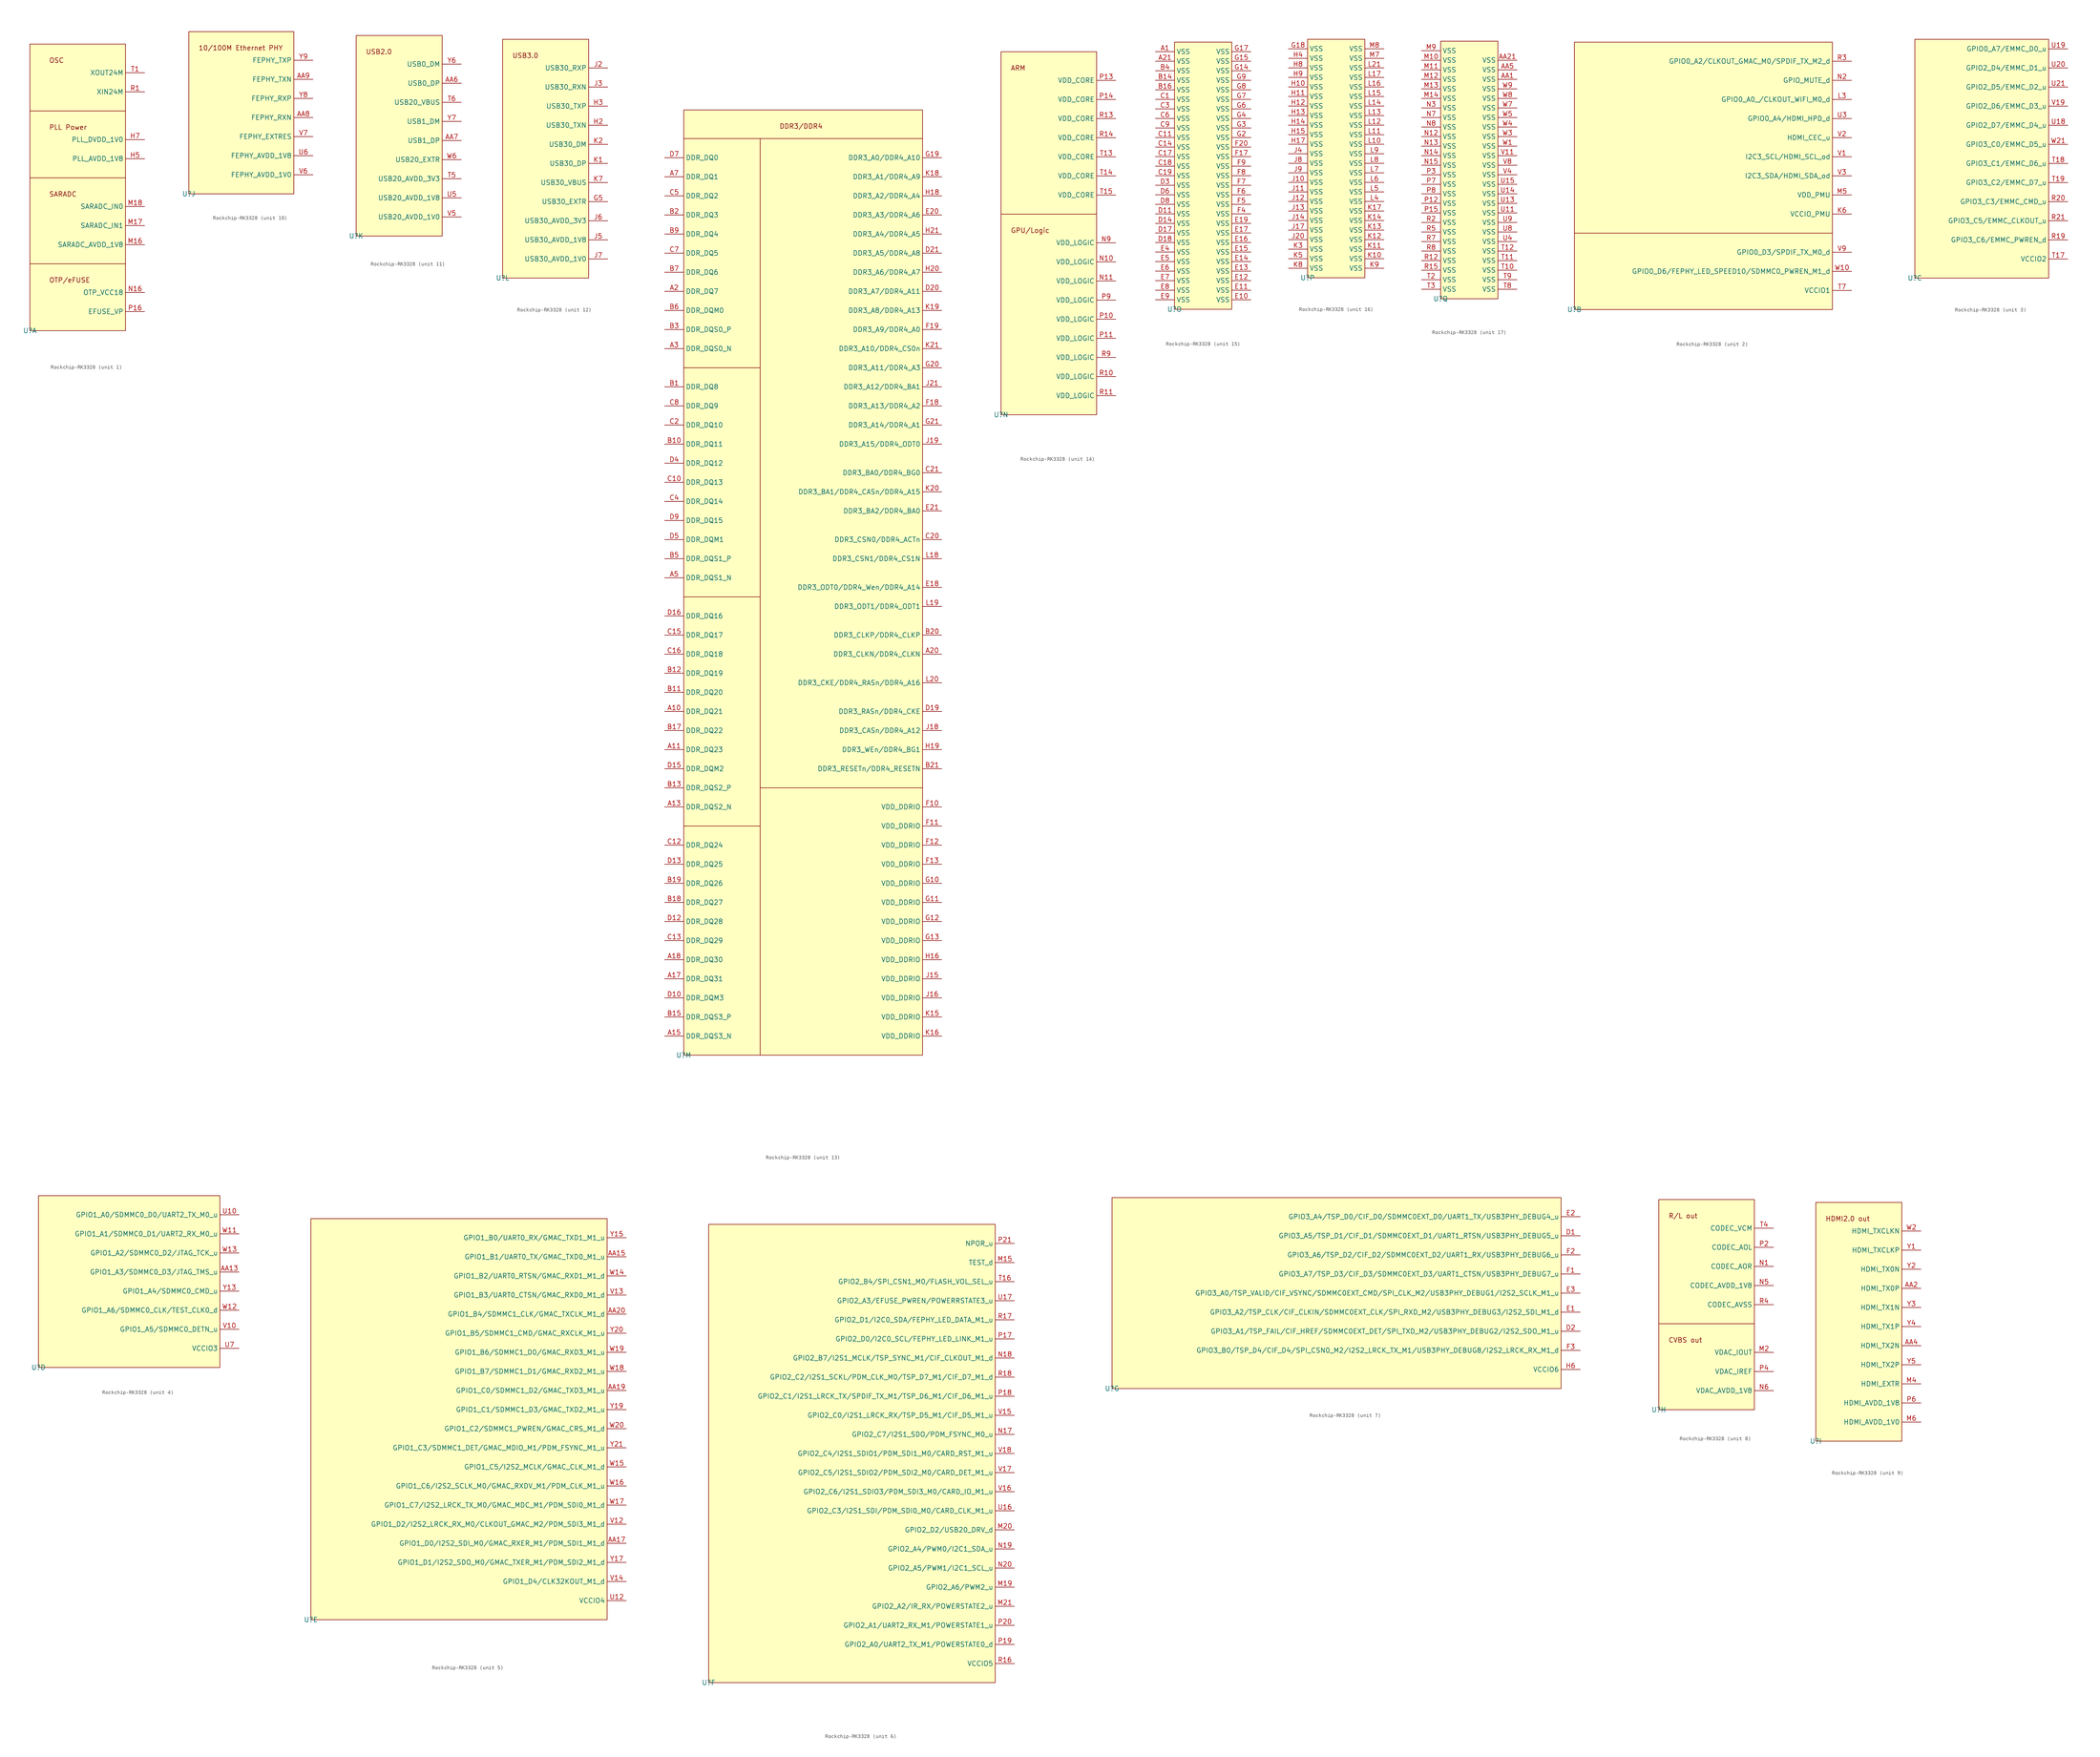
<source format=kicad_sym>
(kicad_symbol_lib
  (version 20241209)
  (generator "kicad_symbol_editor")
  (generator_version "9.0")
  (symbol "Rockchip-RK3328"
    (property "Reference" "U"
      (at 0 0 0)
      (effects (font (size 1.27 1.27))))
    (property "Value" ""
      (at 0 0 0)
      (effects (font (size 1.27 1.27))))
    (symbol "Rockchip-RK3328_1_0"
      (rectangle (start 0 76.2) (end 25.4 0) (stroke (width 0) (type default)) (fill (type background)))
      (polyline (pts (xy 25.4 58.42) (xy 15.24 58.42) (xy 0 58.42)) (stroke (width 0) (type default)) (fill (type none)))
      (polyline (pts (xy 25.4 40.64) (xy 0 40.64)) (stroke (width 0) (type default)) (fill (type none)))
      (polyline (pts (xy 25.4 17.78) (xy 0 17.78)) (stroke (width 0) (type default)) (fill (type none)))
      (text "OSC" (at 5.08 71.12 0) (effects (font (size 1.27 1.27)) (justify left bottom)))
      (text "PLL Power" (at 5.08 53.34 0) (effects (font (size 1.27 1.27)) (justify left bottom)))
      (text "SARADC" (at 5.08 35.56 0) (effects (font (size 1.27 1.27)) (justify left bottom)))
      (text "OTP/eFUSE" (at 5.08 12.7 0) (effects (font (size 1.27 1.27)) (justify left bottom)))
      (pin passive line (at 30.48 68.58 180) (length 5.08) (name "XOUT24M" (effects (font (size 1.27 1.27)))) (number "T1" (effects (font (size 1.27 1.27)))))
      (pin passive line (at 30.48 63.5 180) (length 5.08) (name "XIN24M" (effects (font (size 1.27 1.27)))) (number "R1" (effects (font (size 1.27 1.27)))))
      (pin passive line (at 30.48 50.8 180) (length 5.08) (name "PLL_DVDD_1V0" (effects (font (size 1.27 1.27)))) (number "H7" (effects (font (size 1.27 1.27)))))
      (pin passive line (at 30.48 45.72 180) (length 5.08) (name "PLL_AVDD_1V8" (effects (font (size 1.27 1.27)))) (number "H5" (effects (font (size 1.27 1.27)))))
      (pin passive line (at 30.48 33.02 180) (length 5.08) (name "SARADC_IN0" (effects (font (size 1.27 1.27)))) (number "M18" (effects (font (size 1.27 1.27)))))
      (pin passive line (at 30.48 27.94 180) (length 5.08) (name "SARADC_IN1" (effects (font (size 1.27 1.27)))) (number "M17" (effects (font (size 1.27 1.27)))))
      (pin passive line (at 30.48 22.86 180) (length 5.08) (name "SARADC_AVDD_1V8" (effects (font (size 1.27 1.27)))) (number "M16" (effects (font (size 1.27 1.27)))))
      (pin passive line (at 30.48 10.16 180) (length 5.08) (name "OTP_VCC18" (effects (font (size 1.27 1.27)))) (number "N16" (effects (font (size 1.27 1.27)))))
      (pin passive line (at 30.48 5.08 180) (length 5.08) (name "EFUSE_VP" (effects (font (size 1.27 1.27)))) (number "P16" (effects (font (size 1.27 1.27))))))
    (symbol "Rockchip-RK3328_2_0"
      (rectangle (start 0 71.12) (end 68.58 0) (stroke (width 0) (type default)) (fill (type background)))
      (polyline (pts (xy 68.58 20.32) (xy 0 20.32)) (stroke (width 0) (type default)) (fill (type none)))
      (pin passive line (at 73.66 66.04 180) (length 5.08) (name "GPIO0_A2/CLKOUT_GMAC_M0/SPDIF_TX_M2_d" (effects (font (size 1.27 1.27)))) (number "R3" (effects (font (size 1.27 1.27)))))
      (pin passive line (at 73.66 60.96 180) (length 5.08) (name "GPIO_MUTE_d" (effects (font (size 1.27 1.27)))) (number "N2" (effects (font (size 1.27 1.27)))))
      (pin passive line (at 73.66 55.88 180) (length 5.08) (name "GPIO0_A0_/CLKOUT_WIFI_M0_d" (effects (font (size 1.27 1.27)))) (number "L3" (effects (font (size 1.27 1.27)))))
      (pin passive line (at 73.66 50.8 180) (length 5.08) (name "GPIO0_A4/HDMI_HPD_d" (effects (font (size 1.27 1.27)))) (number "U3" (effects (font (size 1.27 1.27)))))
      (pin passive line (at 73.66 45.72 180) (length 5.08) (name "HDMI_CEC_u" (effects (font (size 1.27 1.27)))) (number "V2" (effects (font (size 1.27 1.27)))))
      (pin passive line (at 73.66 40.64 180) (length 5.08) (name "I2C3_SCL/HDMI_SCL_od" (effects (font (size 1.27 1.27)))) (number "V1" (effects (font (size 1.27 1.27)))))
      (pin passive line (at 73.66 35.56 180) (length 5.08) (name "I2C3_SDA/HDMI_SDA_od" (effects (font (size 1.27 1.27)))) (number "V3" (effects (font (size 1.27 1.27)))))
      (pin passive line (at 73.66 30.48 180) (length 5.08) (name "VDD_PMU" (effects (font (size 1.27 1.27)))) (number "M5" (effects (font (size 1.27 1.27)))))
      (pin passive line (at 73.66 25.4 180) (length 5.08) (name "VCCIO_PMU" (effects (font (size 1.27 1.27)))) (number "K6" (effects (font (size 1.27 1.27)))))
      (pin passive line (at 73.66 15.24 180) (length 5.08) (name "GPIO0_D3/SPDIF_TX_M0_d" (effects (font (size 1.27 1.27)))) (number "V9" (effects (font (size 1.27 1.27)))))
      (pin passive line (at 73.66 10.16 180) (length 5.08) (name "GPIO0_D6/FEPHY_LED_SPEED10/SDMMC0_PWREN_M1_d" (effects (font (size 1.27 1.27)))) (number "W10" (effects (font (size 1.27 1.27)))))
      (pin passive line (at 73.66 5.08 180) (length 5.08) (name "VCCIO1" (effects (font (size 1.27 1.27)))) (number "T7" (effects (font (size 1.27 1.27))))))
    (symbol "Rockchip-RK3328_3_0"
      (rectangle (start 0 63.5) (end 35.56 0) (stroke (width 0) (type default)) (fill (type background)))
      (pin passive line (at 40.64 60.96 180) (length 5.08) (name "GPIO0_A7/EMMC_D0_u" (effects (font (size 1.27 1.27)))) (number "U19" (effects (font (size 1.27 1.27)))))
      (pin passive line (at 40.64 55.88 180) (length 5.08) (name "GPIO2_D4/EMMC_D1_u" (effects (font (size 1.27 1.27)))) (number "U20" (effects (font (size 1.27 1.27)))))
      (pin passive line (at 40.64 50.8 180) (length 5.08) (name "GPIO2_D5/EMMC_D2_u" (effects (font (size 1.27 1.27)))) (number "U21" (effects (font (size 1.27 1.27)))))
      (pin passive line (at 40.64 45.72 180) (length 5.08) (name "GPIO2_D6/EMMC_D3_u" (effects (font (size 1.27 1.27)))) (number "V19" (effects (font (size 1.27 1.27)))))
      (pin passive line (at 40.64 40.64 180) (length 5.08) (name "GPIO2_D7/EMMC_D4_u" (effects (font (size 1.27 1.27)))) (number "U18" (effects (font (size 1.27 1.27)))))
      (pin passive line (at 40.64 35.56 180) (length 5.08) (name "GPIO3_C0/EMMC_D5_u" (effects (font (size 1.27 1.27)))) (number "W21" (effects (font (size 1.27 1.27)))))
      (pin passive line (at 40.64 30.48 180) (length 5.08) (name "GPIO3_C1/EMMC_D6_u" (effects (font (size 1.27 1.27)))) (number "T18" (effects (font (size 1.27 1.27)))))
      (pin passive line (at 40.64 25.4 180) (length 5.08) (name "GPIO3_C2/EMMC_D7_u" (effects (font (size 1.27 1.27)))) (number "T19" (effects (font (size 1.27 1.27)))))
      (pin passive line (at 40.64 20.32 180) (length 5.08) (name "GPIO3_C3/EMMC_CMD_u" (effects (font (size 1.27 1.27)))) (number "R20" (effects (font (size 1.27 1.27)))))
      (pin passive line (at 40.64 15.24 180) (length 5.08) (name "GPIO3_C5/EMMC_CLKOUT_u" (effects (font (size 1.27 1.27)))) (number "R21" (effects (font (size 1.27 1.27)))))
      (pin passive line (at 40.64 10.16 180) (length 5.08) (name "GPIO3_C6/EMMC_PWREN_d" (effects (font (size 1.27 1.27)))) (number "R19" (effects (font (size 1.27 1.27)))))
      (pin passive line (at 40.64 5.08 180) (length 5.08) (name "VCCIO2" (effects (font (size 1.27 1.27)))) (number "T17" (effects (font (size 1.27 1.27))))))
    (symbol "Rockchip-RK3328_4_0"
      (rectangle (start 0 45.72) (end 48.26 0) (stroke (width 0) (type default)) (fill (type background)))
      (pin passive line (at 53.34 40.64 180) (length 5.08) (name "GPIO1_A0/SDMMC0_D0/UART2_TX_M0_u" (effects (font (size 1.27 1.27)))) (number "U10" (effects (font (size 1.27 1.27)))))
      (pin passive line (at 53.34 35.56 180) (length 5.08) (name "GPIO1_A1/SDMMC0_D1/UART2_RX_M0_u" (effects (font (size 1.27 1.27)))) (number "W11" (effects (font (size 1.27 1.27)))))
      (pin passive line (at 53.34 30.48 180) (length 5.08) (name "GPIO1_A2/SDMMC0_D2/JTAG_TCK_u" (effects (font (size 1.27 1.27)))) (number "W13" (effects (font (size 1.27 1.27)))))
      (pin passive line (at 53.34 25.4 180) (length 5.08) (name "GPIO1_A3/SDMMC0_D3/JTAG_TMS_u" (effects (font (size 1.27 1.27)))) (number "AA13" (effects (font (size 1.27 1.27)))))
      (pin passive line (at 53.34 20.32 180) (length 5.08) (name "GPIO1_A4/SDMMC0_CMD_u" (effects (font (size 1.27 1.27)))) (number "Y13" (effects (font (size 1.27 1.27)))))
      (pin passive line (at 53.34 15.24 180) (length 5.08) (name "GPIO1_A6/SDMMC0_CLK/TEST_CLK0_d" (effects (font (size 1.27 1.27)))) (number "W12" (effects (font (size 1.27 1.27)))))
      (pin passive line (at 53.34 10.16 180) (length 5.08) (name "GPIO1_A5/SDMMC0_DETN_u" (effects (font (size 1.27 1.27)))) (number "V10" (effects (font (size 1.27 1.27)))))
      (pin passive line (at 53.34 5.08 180) (length 5.08) (name "VCCIO3" (effects (font (size 1.27 1.27)))) (number "U7" (effects (font (size 1.27 1.27))))))
    (symbol "Rockchip-RK3328_5_0"
      (rectangle (start 0 106.68) (end 78.74 0) (stroke (width 0) (type default)) (fill (type background)))
      (pin passive line (at 83.82 101.6 180) (length 5.08) (name "GPIO1_B0/UART0_RX/GMAC_TXD1_M1_u" (effects (font (size 1.27 1.27)))) (number "Y15" (effects (font (size 1.27 1.27)))))
      (pin passive line (at 83.82 96.52 180) (length 5.08) (name "GPIO1_B1/UART0_TX/GMAC_TXD0_M1_u" (effects (font (size 1.27 1.27)))) (number "AA15" (effects (font (size 1.27 1.27)))))
      (pin passive line (at 83.82 91.44 180) (length 5.08) (name "GPIO1_B2/UART0_RTSN/GMAC_RXD1_M1_d" (effects (font (size 1.27 1.27)))) (number "W14" (effects (font (size 1.27 1.27)))))
      (pin passive line (at 83.82 86.36 180) (length 5.08) (name "GPIO1_B3/UART0_CTSN/GMAC_RXD0_M1_d" (effects (font (size 1.27 1.27)))) (number "V13" (effects (font (size 1.27 1.27)))))
      (pin passive line (at 83.82 81.28 180) (length 5.08) (name "GPIO1_B4/SDMMC1_CLK/GMAC_TXCLK_M1_d" (effects (font (size 1.27 1.27)))) (number "AA20" (effects (font (size 1.27 1.27)))))
      (pin passive line (at 83.82 76.2 180) (length 5.08) (name "GPIO1_B5/SDMMC1_CMD/GMAC_RXCLK_M1_u" (effects (font (size 1.27 1.27)))) (number "Y20" (effects (font (size 1.27 1.27)))))
      (pin passive line (at 83.82 71.12 180) (length 5.08) (name "GPIO1_B6/SDMMC1_D0/GMAC_RXD3_M1_u" (effects (font (size 1.27 1.27)))) (number "W19" (effects (font (size 1.27 1.27)))))
      (pin passive line (at 83.82 66.04 180) (length 5.08) (name "GPIO1_B7/SDMMC1_D1/GMAC_RXD2_M1_u" (effects (font (size 1.27 1.27)))) (number "W18" (effects (font (size 1.27 1.27)))))
      (pin passive line (at 83.82 60.96 180) (length 5.08) (name "GPIO1_C0/SDMMC1_D2/GMAC_TXD3_M1_u" (effects (font (size 1.27 1.27)))) (number "AA19" (effects (font (size 1.27 1.27)))))
      (pin passive line (at 83.82 55.88 180) (length 5.08) (name "GPIO1_C1/SDMMC1_D3/GMAC_TXD2_M1_u" (effects (font (size 1.27 1.27)))) (number "Y19" (effects (font (size 1.27 1.27)))))
      (pin passive line (at 83.82 50.8 180) (length 5.08) (name "GPIO1_C2/SDMMC1_PWREN/GMAC_CRS_M1_d" (effects (font (size 1.27 1.27)))) (number "W20" (effects (font (size 1.27 1.27)))))
      (pin passive line (at 83.82 45.72 180) (length 5.08) (name "GPIO1_C3/SDMMC1_DET/GMAC_MDIO_M1/PDM_FSYNC_M1_u" (effects (font (size 1.27 1.27)))) (number "Y21" (effects (font (size 1.27 1.27)))))
      (pin passive line (at 83.82 40.64 180) (length 5.08) (name "GPIO1_C5/I2S2_MCLK/GMAC_CLK_M1_d" (effects (font (size 1.27 1.27)))) (number "W15" (effects (font (size 1.27 1.27)))))
      (pin passive line (at 83.82 35.56 180) (length 5.08) (name "GPIO1_C6/I2S2_SCLK_M0/GMAC_RXDV_M1/PDM_CLK_M1_u" (effects (font (size 1.27 1.27)))) (number "W16" (effects (font (size 1.27 1.27)))))
      (pin passive line (at 83.82 30.48 180) (length 5.08) (name "GPIO1_C7/I2S2_LRCK_TX_M0/GMAC_MDC_M1/PDM_SDI0_M1_d" (effects (font (size 1.27 1.27)))) (number "W17" (effects (font (size 1.27 1.27)))))
      (pin passive line (at 83.82 25.4 180) (length 5.08) (name "GPIO1_D2/I2S2_LRCK_RX_M0/CLKOUT_GMAC_M2/PDM_SDI3_M1_d" (effects (font (size 1.27 1.27)))) (number "V12" (effects (font (size 1.27 1.27)))))
      (pin passive line (at 83.82 20.32 180) (length 5.08) (name "GPIO1_D0/I2S2_SDI_M0/GMAC_RXER_M1/PDM_SDI1_M1_d" (effects (font (size 1.27 1.27)))) (number "AA17" (effects (font (size 1.27 1.27)))))
      (pin passive line (at 83.82 15.24 180) (length 5.08) (name "GPIO1_D1/I2S2_SDO_M0/GMAC_TXER_M1/PDM_SDI2_M1_d" (effects (font (size 1.27 1.27)))) (number "Y17" (effects (font (size 1.27 1.27)))))
      (pin passive line (at 83.82 10.16 180) (length 5.08) (name "GPIO1_D4/CLK32KOUT_M1_d" (effects (font (size 1.27 1.27)))) (number "V14" (effects (font (size 1.27 1.27)))))
      (pin passive line (at 83.82 5.08 180) (length 5.08) (name "VCCIO4" (effects (font (size 1.27 1.27)))) (number "U12" (effects (font (size 1.27 1.27))))))
    (symbol "Rockchip-RK3328_6_0"
      (rectangle (start 0 121.92) (end 76.2 0) (stroke (width 0) (type default)) (fill (type background)))
      (pin passive line (at 81.28 116.84 180) (length 5.08) (name "NPOR_u" (effects (font (size 1.27 1.27)))) (number "P21" (effects (font (size 1.27 1.27)))))
      (pin passive line (at 81.28 111.76 180) (length 5.08) (name "TEST_d" (effects (font (size 1.27 1.27)))) (number "M15" (effects (font (size 1.27 1.27)))))
      (pin passive line (at 81.28 106.68 180) (length 5.08) (name "GPIO2_B4/SPI_CSN1_M0/FLASH_VOL_SEL_u" (effects (font (size 1.27 1.27)))) (number "T16" (effects (font (size 1.27 1.27)))))
      (pin passive line (at 81.28 101.6 180) (length 5.08) (name "GPIO2_A3/EFUSE_PWREN/POWERRSTATE3_u" (effects (font (size 1.27 1.27)))) (number "U17" (effects (font (size 1.27 1.27)))))
      (pin passive line (at 81.28 96.52 180) (length 5.08) (name "GPIO2_D1/I2C0_SDA/FEPHY_LED_DATA_M1_u" (effects (font (size 1.27 1.27)))) (number "R17" (effects (font (size 1.27 1.27)))))
      (pin passive line (at 81.28 91.44 180) (length 5.08) (name "GPIO2_D0/I2C0_SCL/FEPHY_LED_LINK_M1_u" (effects (font (size 1.27 1.27)))) (number "P17" (effects (font (size 1.27 1.27)))))
      (pin passive line (at 81.28 86.36 180) (length 5.08) (name "GPIO2_B7/I2S1_MCLK/TSP_SYNC_M1/CIF_CLKOUT_M1_d" (effects (font (size 1.27 1.27)))) (number "N18" (effects (font (size 1.27 1.27)))))
      (pin passive line (at 81.28 81.28 180) (length 5.08) (name "GPIO2_C2/I2S1_SCKL/PDM_CLK_M0/TSP_D7_M1/CIF_D7_M1_d" (effects (font (size 1.27 1.27)))) (number "R18" (effects (font (size 1.27 1.27)))))
      (pin passive line (at 81.28 76.2 180) (length 5.08) (name "GPIO2_C1/I2S1_LRCK_TX/SPDIF_TX_M1/TSP_D6_M1/CIF_D6_M1_u" (effects (font (size 1.27 1.27)))) (number "P18" (effects (font (size 1.27 1.27)))))
      (pin passive line (at 81.28 71.12 180) (length 5.08) (name "GPIO2_C0/I2S1_LRCK_RX/TSP_D5_M1/CIF_D5_M1_u" (effects (font (size 1.27 1.27)))) (number "V15" (effects (font (size 1.27 1.27)))))
      (pin passive line (at 81.28 66.04 180) (length 5.08) (name "GPIO2_C7/I2S1_SDO/PDM_FSYNC_M0_u" (effects (font (size 1.27 1.27)))) (number "N17" (effects (font (size 1.27 1.27)))))
      (pin passive line (at 81.28 60.96 180) (length 5.08) (name "GPIO2_C4/I2S1_SDIO1/PDM_SDI1_M0/CARD_RST_M1_u" (effects (font (size 1.27 1.27)))) (number "V18" (effects (font (size 1.27 1.27)))))
      (pin passive line (at 81.28 55.88 180) (length 5.08) (name "GPIO2_C5/I2S1_SDIO2/PDM_SDI2_M0/CARD_DET_M1_u" (effects (font (size 1.27 1.27)))) (number "V17" (effects (font (size 1.27 1.27)))))
      (pin passive line (at 81.28 50.8 180) (length 5.08) (name "GPIO2_C6/I2S1_SDIO3/PDM_SDI3_M0/CARD_IO_M1_u" (effects (font (size 1.27 1.27)))) (number "V16" (effects (font (size 1.27 1.27)))))
      (pin passive line (at 81.28 45.72 180) (length 5.08) (name "GPIO2_C3/I2S1_SDI/PDM_SDI0_M0/CARD_CLK_M1_u" (effects (font (size 1.27 1.27)))) (number "U16" (effects (font (size 1.27 1.27)))))
      (pin passive line (at 81.28 40.64 180) (length 5.08) (name "GPIO2_D2/USB20_DRV_d" (effects (font (size 1.27 1.27)))) (number "M20" (effects (font (size 1.27 1.27)))))
      (pin passive line (at 81.28 35.56 180) (length 5.08) (name "GPIO2_A4/PWM0/I2C1_SDA_u" (effects (font (size 1.27 1.27)))) (number "N19" (effects (font (size 1.27 1.27)))))
      (pin passive line (at 81.28 30.48 180) (length 5.08) (name "GPIO2_A5/PWM1/I2C1_SCL_u" (effects (font (size 1.27 1.27)))) (number "N20" (effects (font (size 1.27 1.27)))))
      (pin passive line (at 81.28 25.4 180) (length 5.08) (name "GPIO2_A6/PWM2_u" (effects (font (size 1.27 1.27)))) (number "M19" (effects (font (size 1.27 1.27)))))
      (pin passive line (at 81.28 20.32 180) (length 5.08) (name "GPIO2_A2/IR_RX/POWERSTATE2_u" (effects (font (size 1.27 1.27)))) (number "M21" (effects (font (size 1.27 1.27)))))
      (pin passive line (at 81.28 15.24 180) (length 5.08) (name "GPIO2_A1/UART2_RX_M1/POWERSTATE1_u" (effects (font (size 1.27 1.27)))) (number "P20" (effects (font (size 1.27 1.27)))))
      (pin passive line (at 81.28 10.16 180) (length 5.08) (name "GPIO2_A0/UART2_TX_M1/POWERSTATE0_d" (effects (font (size 1.27 1.27)))) (number "P19" (effects (font (size 1.27 1.27)))))
      (pin passive line (at 81.28 5.08 180) (length 5.08) (name "VCCIO5" (effects (font (size 1.27 1.27)))) (number "R16" (effects (font (size 1.27 1.27))))))
    (symbol "Rockchip-RK3328_7_0"
      (rectangle (start 0 50.8) (end 119.38 0) (stroke (width 0) (type default)) (fill (type background)))
      (pin passive line (at 124.46 45.72 180) (length 5.08) (name "GPIO3_A4/TSP_D0/CIF_D0/SDMMC0EXT_D0/UART1_TX/USB3PHY_DEBUG4_u" (effects (font (size 1.27 1.27)))) (number "E2" (effects (font (size 1.27 1.27)))))
      (pin passive line (at 124.46 40.64 180) (length 5.08) (name "GPIO3_A5/TSP_D1/CIF_D1/SDMMC0EXT_D1/UART1_RTSN/USB3PHY_DEBUG5_u" (effects (font (size 1.27 1.27)))) (number "D1" (effects (font (size 1.27 1.27)))))
      (pin passive line (at 124.46 35.56 180) (length 5.08) (name "GPIO3_A6/TSP_D2/CIF_D2/SDMMC0EXT_D2/UART1_RX/USB3PHY_DEBUG6_u" (effects (font (size 1.27 1.27)))) (number "F2" (effects (font (size 1.27 1.27)))))
      (pin passive line (at 124.46 30.48 180) (length 5.08) (name "GPIO3_A7/TSP_D3/CIF_D3/SDMMC0EXT_D3/UART1_CTSN/USB3PHY_DEBUG7_u" (effects (font (size 1.27 1.27)))) (number "F1" (effects (font (size 1.27 1.27)))))
      (pin passive line (at 124.46 25.4 180) (length 5.08) (name "GPIO3_A0/TSP_VALID/CIF_VSYNC/SDMMC0EXT_CMD/SPI_CLK_M2/USB3PHY_DEBUG1/I2S2_SCLK_M1_u" (effects (font (size 1.27 1.27)))) (number "E3" (effects (font (size 1.27 1.27)))))
      (pin passive line (at 124.46 20.32 180) (length 5.08) (name "GPIO3_A2/TSP_CLK/CIF_CLKIN/SDMMC0EXT_CLK/SPI_RXD_M2/USB3PHY_DEBUG3/I2S2_SDI_M1_d" (effects (font (size 1.27 1.27)))) (number "E1" (effects (font (size 1.27 1.27)))))
      (pin passive line (at 124.46 15.24 180) (length 5.08) (name "GPIO3_A1/TSP_FAIL/CIF_HREF/SDMMC0EXT_DET/SPI_TXD_M2/USB3PHY_DEBUG2/I2S2_SDO_M1_u" (effects (font (size 1.27 1.27)))) (number "D2" (effects (font (size 1.27 1.27)))))
      (pin passive line (at 124.46 10.16 180) (length 5.08) (name "GPIO3_B0/TSP_D4/CIF_D4/SPI_CSN0_M2/I2S2_LRCK_TX_M1/USB3PHY_DEBUG8/I2S2_LRCK_RX_M1_d" (effects (font (size 1.27 1.27)))) (number "F3" (effects (font (size 1.27 1.27)))))
      (pin passive line (at 124.46 5.08 180) (length 5.08) (name "VCCIO6" (effects (font (size 1.27 1.27)))) (number "H6" (effects (font (size 1.27 1.27))))))
    (symbol "Rockchip-RK3328_8_0"
      (rectangle (start 0 55.88) (end 25.4 0) (stroke (width 0) (type default)) (fill (type background)))
      (polyline (pts (xy 25.4 22.86) (xy 0 22.86)) (stroke (width 0) (type default)) (fill (type none)))
      (text "R/L out" (at 2.54 50.8 0) (effects (font (size 1.27 1.27)) (justify left bottom)))
      (text "CVBS out" (at 2.54 17.78 0) (effects (font (size 1.27 1.27)) (justify left bottom)))
      (pin passive line (at 30.48 48.26 180) (length 5.08) (name "CODEC_VCM" (effects (font (size 1.27 1.27)))) (number "T4" (effects (font (size 1.27 1.27)))))
      (pin passive line (at 30.48 43.18 180) (length 5.08) (name "CODEC_AOL" (effects (font (size 1.27 1.27)))) (number "P2" (effects (font (size 1.27 1.27)))))
      (pin passive line (at 30.48 38.1 180) (length 5.08) (name "CODEC_AOR" (effects (font (size 1.27 1.27)))) (number "N1" (effects (font (size 1.27 1.27)))))
      (pin passive line (at 30.48 33.02 180) (length 5.08) (name "CODEC_AVDD_1V8" (effects (font (size 1.27 1.27)))) (number "N5" (effects (font (size 1.27 1.27)))))
      (pin passive line (at 30.48 27.94 180) (length 5.08) (name "CODEC_AVSS" (effects (font (size 1.27 1.27)))) (number "R4" (effects (font (size 1.27 1.27)))))
      (pin passive line (at 30.48 15.24 180) (length 5.08) (name "VDAC_IOUT" (effects (font (size 1.27 1.27)))) (number "M2" (effects (font (size 1.27 1.27)))))
      (pin passive line (at 30.48 10.16 180) (length 5.08) (name "VDAC_IREF" (effects (font (size 1.27 1.27)))) (number "P4" (effects (font (size 1.27 1.27)))))
      (pin passive line (at 30.48 5.08 180) (length 5.08) (name "VDAC_AVDD_1V8" (effects (font (size 1.27 1.27)))) (number "N6" (effects (font (size 1.27 1.27))))))
    (symbol "Rockchip-RK3328_9_0"
      (rectangle (start 0 63.5) (end 22.86 0) (stroke (width 0) (type default)) (fill (type background)))
      (text "HDMI2.0 out" (at 2.54 58.42 0) (effects (font (size 1.27 1.27)) (justify left bottom)))
      (pin passive line (at 27.94 55.88 180) (length 5.08) (name "HDMI_TXCLKN" (effects (font (size 1.27 1.27)))) (number "W2" (effects (font (size 1.27 1.27)))))
      (pin passive line (at 27.94 50.8 180) (length 5.08) (name "HDMI_TXCLKP" (effects (font (size 1.27 1.27)))) (number "Y1" (effects (font (size 1.27 1.27)))))
      (pin passive line (at 27.94 45.72 180) (length 5.08) (name "HDMI_TX0N" (effects (font (size 1.27 1.27)))) (number "Y2" (effects (font (size 1.27 1.27)))))
      (pin passive line (at 27.94 40.64 180) (length 5.08) (name "HDMI_TX0P" (effects (font (size 1.27 1.27)))) (number "AA2" (effects (font (size 1.27 1.27)))))
      (pin passive line (at 27.94 35.56 180) (length 5.08) (name "HDMI_TX1N" (effects (font (size 1.27 1.27)))) (number "Y3" (effects (font (size 1.27 1.27)))))
      (pin passive line (at 27.94 30.48 180) (length 5.08) (name "HDMI_TX1P" (effects (font (size 1.27 1.27)))) (number "Y4" (effects (font (size 1.27 1.27)))))
      (pin passive line (at 27.94 25.4 180) (length 5.08) (name "HDMI_TX2N" (effects (font (size 1.27 1.27)))) (number "AA4" (effects (font (size 1.27 1.27)))))
      (pin passive line (at 27.94 20.32 180) (length 5.08) (name "HDMI_TX2P" (effects (font (size 1.27 1.27)))) (number "Y5" (effects (font (size 1.27 1.27)))))
      (pin passive line (at 27.94 15.24 180) (length 5.08) (name "HDMI_EXTR" (effects (font (size 1.27 1.27)))) (number "M4" (effects (font (size 1.27 1.27)))))
      (pin passive line (at 27.94 10.16 180) (length 5.08) (name "HDMI_AVDD_1V8" (effects (font (size 1.27 1.27)))) (number "P6" (effects (font (size 1.27 1.27)))))
      (pin passive line (at 27.94 5.08 180) (length 5.08) (name "HDMI_AVDD_1V0" (effects (font (size 1.27 1.27)))) (number "M6" (effects (font (size 1.27 1.27))))))
    (symbol "Rockchip-RK3328_10_0"
      (rectangle (start 0 43.18) (end 27.94 0) (stroke (width 0) (type default)) (fill (type background)))
      (text "10/100M Ethernet PHY" (at 2.54 38.1 0) (effects (font (size 1.27 1.27)) (justify left bottom)))
      (pin passive line (at 33.02 35.56 180) (length 5.08) (name "FEPHY_TXP" (effects (font (size 1.27 1.27)))) (number "Y9" (effects (font (size 1.27 1.27)))))
      (pin passive line (at 33.02 30.48 180) (length 5.08) (name "FEPHY_TXN" (effects (font (size 1.27 1.27)))) (number "AA9" (effects (font (size 1.27 1.27)))))
      (pin passive line (at 33.02 25.4 180) (length 5.08) (name "FEPHY_RXP" (effects (font (size 1.27 1.27)))) (number "Y8" (effects (font (size 1.27 1.27)))))
      (pin passive line (at 33.02 20.32 180) (length 5.08) (name "FEPHY_RXN" (effects (font (size 1.27 1.27)))) (number "AA8" (effects (font (size 1.27 1.27)))))
      (pin passive line (at 33.02 15.24 180) (length 5.08) (name "FEPHY_EXTRES" (effects (font (size 1.27 1.27)))) (number "V7" (effects (font (size 1.27 1.27)))))
      (pin passive line (at 33.02 10.16 180) (length 5.08) (name "FEPHY_AVDD_1V8" (effects (font (size 1.27 1.27)))) (number "U6" (effects (font (size 1.27 1.27)))))
      (pin passive line (at 33.02 5.08 180) (length 5.08) (name "FEPHY_AVDD_1V0" (effects (font (size 1.27 1.27)))) (number "V6" (effects (font (size 1.27 1.27))))))
    (symbol "Rockchip-RK3328_11_0"
      (rectangle (start 0 53.34) (end 22.86 0) (stroke (width 0) (type default)) (fill (type background)))
      (text "USB2.0" (at 2.54 48.26 0) (effects (font (size 1.27 1.27)) (justify left bottom)))
      (pin passive line (at 27.94 45.72 180) (length 5.08) (name "USB0_DM" (effects (font (size 1.27 1.27)))) (number "Y6" (effects (font (size 1.27 1.27)))))
      (pin passive line (at 27.94 40.64 180) (length 5.08) (name "USB0_DP" (effects (font (size 1.27 1.27)))) (number "AA6" (effects (font (size 1.27 1.27)))))
      (pin passive line (at 27.94 35.56 180) (length 5.08) (name "USB20_VBUS" (effects (font (size 1.27 1.27)))) (number "T6" (effects (font (size 1.27 1.27)))))
      (pin passive line (at 27.94 30.48 180) (length 5.08) (name "USB1_DM" (effects (font (size 1.27 1.27)))) (number "Y7" (effects (font (size 1.27 1.27)))))
      (pin passive line (at 27.94 25.4 180) (length 5.08) (name "USB1_DP" (effects (font (size 1.27 1.27)))) (number "AA7" (effects (font (size 1.27 1.27)))))
      (pin passive line (at 27.94 20.32 180) (length 5.08) (name "USB20_EXTR" (effects (font (size 1.27 1.27)))) (number "W6" (effects (font (size 1.27 1.27)))))
      (pin passive line (at 27.94 15.24 180) (length 5.08) (name "USB20_AVDD_3V3" (effects (font (size 1.27 1.27)))) (number "T5" (effects (font (size 1.27 1.27)))))
      (pin passive line (at 27.94 10.16 180) (length 5.08) (name "USB20_AVDD_1V8" (effects (font (size 1.27 1.27)))) (number "U5" (effects (font (size 1.27 1.27)))))
      (pin passive line (at 27.94 5.08 180) (length 5.08) (name "USB20_AVDD_1V0" (effects (font (size 1.27 1.27)))) (number "V5" (effects (font (size 1.27 1.27))))))
    (symbol "Rockchip-RK3328_12_0"
      (rectangle (start 0 63.5) (end 22.86 0) (stroke (width 0) (type default)) (fill (type background)))
      (text "USB3.0" (at 2.54 58.42 0) (effects (font (size 1.27 1.27)) (justify left bottom)))
      (pin passive line (at 27.94 55.88 180) (length 5.08) (name "USB30_RXP" (effects (font (size 1.27 1.27)))) (number "J2" (effects (font (size 1.27 1.27)))))
      (pin passive line (at 27.94 50.8 180) (length 5.08) (name "USB30_RXN" (effects (font (size 1.27 1.27)))) (number "J3" (effects (font (size 1.27 1.27)))))
      (pin passive line (at 27.94 45.72 180) (length 5.08) (name "USB30_TXP" (effects (font (size 1.27 1.27)))) (number "H3" (effects (font (size 1.27 1.27)))))
      (pin passive line (at 27.94 40.64 180) (length 5.08) (name "USB30_TXN" (effects (font (size 1.27 1.27)))) (number "H2" (effects (font (size 1.27 1.27)))))
      (pin passive line (at 27.94 35.56 180) (length 5.08) (name "USB30_DM" (effects (font (size 1.27 1.27)))) (number "K2" (effects (font (size 1.27 1.27)))))
      (pin passive line (at 27.94 30.48 180) (length 5.08) (name "USB30_DP" (effects (font (size 1.27 1.27)))) (number "K1" (effects (font (size 1.27 1.27)))))
      (pin passive line (at 27.94 25.4 180) (length 5.08) (name "USB30_VBUS" (effects (font (size 1.27 1.27)))) (number "K7" (effects (font (size 1.27 1.27)))))
      (pin passive line (at 27.94 20.32 180) (length 5.08) (name "USB30_EXTR" (effects (font (size 1.27 1.27)))) (number "G5" (effects (font (size 1.27 1.27)))))
      (pin passive line (at 27.94 15.24 180) (length 5.08) (name "USB30_AVDD_3V3" (effects (font (size 1.27 1.27)))) (number "J6" (effects (font (size 1.27 1.27)))))
      (pin passive line (at 27.94 10.16 180) (length 5.08) (name "USB30_AVDD_1V8" (effects (font (size 1.27 1.27)))) (number "J5" (effects (font (size 1.27 1.27)))))
      (pin passive line (at 27.94 5.08 180) (length 5.08) (name "USB30_AVDD_1V0" (effects (font (size 1.27 1.27)))) (number "J7" (effects (font (size 1.27 1.27))))))
    (symbol "Rockchip-RK3328_13_0"
      (rectangle (start 0 251.46) (end 63.5 0) (stroke (width 0) (type default)) (fill (type background)))
      (polyline (pts (xy 0 243.84) (xy 63.5 243.84)) (stroke (width 0) (type default)) (fill (type none)))
      (polyline (pts (xy 0 182.88) (xy 20.32 182.88)) (stroke (width 0) (type default)) (fill (type none)))
      (polyline (pts (xy 0 121.92) (xy 20.32 121.92)) (stroke (width 0) (type default)) (fill (type none)))
      (polyline (pts (xy 0 60.96) (xy 20.32 60.96)) (stroke (width 0) (type default)) (fill (type none)))
      (polyline (pts (xy 20.32 243.84) (xy 20.32 0)) (stroke (width 0) (type default)) (fill (type none)))
      (polyline (pts (xy 63.5 71.12) (xy 20.32 71.12)) (stroke (width 0) (type default)) (fill (type none)))
      (text "DDR3/DDR4" (at 25.4 246.38 0) (effects (font (size 1.27 1.27)) (justify left bottom)))
      (pin passive line (at -5.08 238.76 0) (length 5.08) (name "DDR_DQ0" (effects (font (size 1.27 1.27)))) (number "D7" (effects (font (size 1.27 1.27)))))
      (pin passive line (at -5.08 233.68 0) (length 5.08) (name "DDR_DQ1" (effects (font (size 1.27 1.27)))) (number "A7" (effects (font (size 1.27 1.27)))))
      (pin passive line (at -5.08 228.6 0) (length 5.08) (name "DDR_DQ2" (effects (font (size 1.27 1.27)))) (number "C5" (effects (font (size 1.27 1.27)))))
      (pin passive line (at -5.08 223.52 0) (length 5.08) (name "DDR_DQ3" (effects (font (size 1.27 1.27)))) (number "B2" (effects (font (size 1.27 1.27)))))
      (pin passive line (at -5.08 218.44 0) (length 5.08) (name "DDR_DQ4" (effects (font (size 1.27 1.27)))) (number "B9" (effects (font (size 1.27 1.27)))))
      (pin passive line (at -5.08 213.36 0) (length 5.08) (name "DDR_DQ5" (effects (font (size 1.27 1.27)))) (number "C7" (effects (font (size 1.27 1.27)))))
      (pin passive line (at -5.08 208.28 0) (length 5.08) (name "DDR_DQ6" (effects (font (size 1.27 1.27)))) (number "B7" (effects (font (size 1.27 1.27)))))
      (pin passive line (at -5.08 203.2 0) (length 5.08) (name "DDR_DQ7" (effects (font (size 1.27 1.27)))) (number "A2" (effects (font (size 1.27 1.27)))))
      (pin passive line (at -5.08 198.12 0) (length 5.08) (name "DDR_DQM0" (effects (font (size 1.27 1.27)))) (number "B6" (effects (font (size 1.27 1.27)))))
      (pin passive line (at -5.08 193.04 0) (length 5.08) (name "DDR_DQS0_P" (effects (font (size 1.27 1.27)))) (number "B3" (effects (font (size 1.27 1.27)))))
      (pin passive line (at -5.08 187.96 0) (length 5.08) (name "DDR_DQS0_N" (effects (font (size 1.27 1.27)))) (number "A3" (effects (font (size 1.27 1.27)))))
      (pin passive line (at -5.08 177.8 0) (length 5.08) (name "DDR_DQ8" (effects (font (size 1.27 1.27)))) (number "B1" (effects (font (size 1.27 1.27)))))
      (pin passive line (at -5.08 172.72 0) (length 5.08) (name "DDR_DQ9" (effects (font (size 1.27 1.27)))) (number "C8" (effects (font (size 1.27 1.27)))))
      (pin passive line (at -5.08 167.64 0) (length 5.08) (name "DDR_DQ10" (effects (font (size 1.27 1.27)))) (number "C2" (effects (font (size 1.27 1.27)))))
      (pin passive line (at -5.08 162.56 0) (length 5.08) (name "DDR_DQ11" (effects (font (size 1.27 1.27)))) (number "B10" (effects (font (size 1.27 1.27)))))
      (pin passive line (at -5.08 157.48 0) (length 5.08) (name "DDR_DQ12" (effects (font (size 1.27 1.27)))) (number "D4" (effects (font (size 1.27 1.27)))))
      (pin passive line (at -5.08 152.4 0) (length 5.08) (name "DDR_DQ13" (effects (font (size 1.27 1.27)))) (number "C10" (effects (font (size 1.27 1.27)))))
      (pin passive line (at -5.08 147.32 0) (length 5.08) (name "DDR_DQ14" (effects (font (size 1.27 1.27)))) (number "C4" (effects (font (size 1.27 1.27)))))
      (pin passive line (at -5.08 142.24 0) (length 5.08) (name "DDR_DQ15" (effects (font (size 1.27 1.27)))) (number "D9" (effects (font (size 1.27 1.27)))))
      (pin passive line (at -5.08 137.16 0) (length 5.08) (name "DDR_DQM1" (effects (font (size 1.27 1.27)))) (number "D5" (effects (font (size 1.27 1.27)))))
      (pin passive line (at -5.08 132.08 0) (length 5.08) (name "DDR_DQS1_P" (effects (font (size 1.27 1.27)))) (number "B5" (effects (font (size 1.27 1.27)))))
      (pin passive line (at -5.08 127 0) (length 5.08) (name "DDR_DQS1_N" (effects (font (size 1.27 1.27)))) (number "A5" (effects (font (size 1.27 1.27)))))
      (pin passive line (at -5.08 116.84 0) (length 5.08) (name "DDR_DQ16" (effects (font (size 1.27 1.27)))) (number "D16" (effects (font (size 1.27 1.27)))))
      (pin passive line (at -5.08 111.76 0) (length 5.08) (name "DDR_DQ17" (effects (font (size 1.27 1.27)))) (number "C15" (effects (font (size 1.27 1.27)))))
      (pin passive line (at -5.08 106.68 0) (length 5.08) (name "DDR_DQ18" (effects (font (size 1.27 1.27)))) (number "C16" (effects (font (size 1.27 1.27)))))
      (pin passive line (at -5.08 101.6 0) (length 5.08) (name "DDR_DQ19" (effects (font (size 1.27 1.27)))) (number "B12" (effects (font (size 1.27 1.27)))))
      (pin passive line (at -5.08 96.52 0) (length 5.08) (name "DDR_DQ20" (effects (font (size 1.27 1.27)))) (number "B11" (effects (font (size 1.27 1.27)))))
      (pin passive line (at -5.08 91.44 0) (length 5.08) (name "DDR_DQ21" (effects (font (size 1.27 1.27)))) (number "A10" (effects (font (size 1.27 1.27)))))
      (pin passive line (at -5.08 86.36 0) (length 5.08) (name "DDR_DQ22" (effects (font (size 1.27 1.27)))) (number "B17" (effects (font (size 1.27 1.27)))))
      (pin passive line (at -5.08 81.28 0) (length 5.08) (name "DDR_DQ23" (effects (font (size 1.27 1.27)))) (number "A11" (effects (font (size 1.27 1.27)))))
      (pin passive line (at -5.08 76.2 0) (length 5.08) (name "DDR_DQM2" (effects (font (size 1.27 1.27)))) (number "D15" (effects (font (size 1.27 1.27)))))
      (pin passive line (at -5.08 71.12 0) (length 5.08) (name "DDR_DQS2_P" (effects (font (size 1.27 1.27)))) (number "B13" (effects (font (size 1.27 1.27)))))
      (pin passive line (at -5.08 66.04 0) (length 5.08) (name "DDR_DQS2_N" (effects (font (size 1.27 1.27)))) (number "A13" (effects (font (size 1.27 1.27)))))
      (pin passive line (at -5.08 55.88 0) (length 5.08) (name "DDR_DQ24" (effects (font (size 1.27 1.27)))) (number "C12" (effects (font (size 1.27 1.27)))))
      (pin passive line (at -5.08 50.8 0) (length 5.08) (name "DDR_DQ25" (effects (font (size 1.27 1.27)))) (number "D13" (effects (font (size 1.27 1.27)))))
      (pin passive line (at -5.08 45.72 0) (length 5.08) (name "DDR_DQ26" (effects (font (size 1.27 1.27)))) (number "B19" (effects (font (size 1.27 1.27)))))
      (pin passive line (at -5.08 40.64 0) (length 5.08) (name "DDR_DQ27" (effects (font (size 1.27 1.27)))) (number "B18" (effects (font (size 1.27 1.27)))))
      (pin passive line (at -5.08 35.56 0) (length 5.08) (name "DDR_DQ28" (effects (font (size 1.27 1.27)))) (number "D12" (effects (font (size 1.27 1.27)))))
      (pin passive line (at -5.08 30.48 0) (length 5.08) (name "DDR_DQ29" (effects (font (size 1.27 1.27)))) (number "C13" (effects (font (size 1.27 1.27)))))
      (pin passive line (at -5.08 25.4 0) (length 5.08) (name "DDR_DQ30" (effects (font (size 1.27 1.27)))) (number "A18" (effects (font (size 1.27 1.27)))))
      (pin passive line (at -5.08 20.32 0) (length 5.08) (name "DDR_DQ31" (effects (font (size 1.27 1.27)))) (number "A17" (effects (font (size 1.27 1.27)))))
      (pin passive line (at -5.08 15.24 0) (length 5.08) (name "DDR_DQM3" (effects (font (size 1.27 1.27)))) (number "D10" (effects (font (size 1.27 1.27)))))
      (pin passive line (at -5.08 10.16 0) (length 5.08) (name "DDR_DQS3_P" (effects (font (size 1.27 1.27)))) (number "B15" (effects (font (size 1.27 1.27)))))
      (pin passive line (at -5.08 5.08 0) (length 5.08) (name "DDR_DQS3_N" (effects (font (size 1.27 1.27)))) (number "A15" (effects (font (size 1.27 1.27)))))
      (pin passive line (at 68.58 238.76 180) (length 5.08) (name "DDR3_A0/DDR4_A10" (effects (font (size 1.27 1.27)))) (number "G19" (effects (font (size 1.27 1.27)))))
      (pin passive line (at 68.58 233.68 180) (length 5.08) (name "DDR3_A1/DDR4_A9" (effects (font (size 1.27 1.27)))) (number "K18" (effects (font (size 1.27 1.27)))))
      (pin passive line (at 68.58 228.6 180) (length 5.08) (name "DDR3_A2/DDR4_A4" (effects (font (size 1.27 1.27)))) (number "H18" (effects (font (size 1.27 1.27)))))
      (pin passive line (at 68.58 223.52 180) (length 5.08) (name "DDR3_A3/DDR4_A6" (effects (font (size 1.27 1.27)))) (number "E20" (effects (font (size 1.27 1.27)))))
      (pin passive line (at 68.58 218.44 180) (length 5.08) (name "DDR3_A4/DDR4_A5" (effects (font (size 1.27 1.27)))) (number "H21" (effects (font (size 1.27 1.27)))))
      (pin passive line (at 68.58 213.36 180) (length 5.08) (name "DDR3_A5/DDR4_A8" (effects (font (size 1.27 1.27)))) (number "D21" (effects (font (size 1.27 1.27)))))
      (pin passive line (at 68.58 208.28 180) (length 5.08) (name "DDR3_A6/DDR4_A7" (effects (font (size 1.27 1.27)))) (number "H20" (effects (font (size 1.27 1.27)))))
      (pin passive line (at 68.58 203.2 180) (length 5.08) (name "DDR3_A7/DDR4_A11" (effects (font (size 1.27 1.27)))) (number "D20" (effects (font (size 1.27 1.27)))))
      (pin passive line (at 68.58 198.12 180) (length 5.08) (name "DDR3_A8/DDR4_A13" (effects (font (size 1.27 1.27)))) (number "K19" (effects (font (size 1.27 1.27)))))
      (pin passive line (at 68.58 193.04 180) (length 5.08) (name "DDR3_A9/DDR4_A0" (effects (font (size 1.27 1.27)))) (number "F19" (effects (font (size 1.27 1.27)))))
      (pin passive line (at 68.58 187.96 180) (length 5.08) (name "DDR3_A10/DDR4_CS0n" (effects (font (size 1.27 1.27)))) (number "K21" (effects (font (size 1.27 1.27)))))
      (pin passive line (at 68.58 182.88 180) (length 5.08) (name "DDR3_A11/DDR4_A3" (effects (font (size 1.27 1.27)))) (number "G20" (effects (font (size 1.27 1.27)))))
      (pin passive line (at 68.58 177.8 180) (length 5.08) (name "DDR3_A12/DDR4_BA1" (effects (font (size 1.27 1.27)))) (number "J21" (effects (font (size 1.27 1.27)))))
      (pin passive line (at 68.58 172.72 180) (length 5.08) (name "DDR3_A13/DDR4_A2" (effects (font (size 1.27 1.27)))) (number "F18" (effects (font (size 1.27 1.27)))))
      (pin passive line (at 68.58 167.64 180) (length 5.08) (name "DDR3_A14/DDR4_A1" (effects (font (size 1.27 1.27)))) (number "G21" (effects (font (size 1.27 1.27)))))
      (pin passive line (at 68.58 162.56 180) (length 5.08) (name "DDR3_A15/DDR4_ODT0" (effects (font (size 1.27 1.27)))) (number "J19" (effects (font (size 1.27 1.27)))))
      (pin passive line (at 68.58 154.94 180) (length 5.08) (name "DDR3_BA0/DDR4_BG0" (effects (font (size 1.27 1.27)))) (number "C21" (effects (font (size 1.27 1.27)))))
      (pin passive line (at 68.58 149.86 180) (length 5.08) (name "DDR3_BA1/DDR4_CASn/DDR4_A15" (effects (font (size 1.27 1.27)))) (number "K20" (effects (font (size 1.27 1.27)))))
      (pin passive line (at 68.58 144.78 180) (length 5.08) (name "DDR3_BA2/DDR4_BA0" (effects (font (size 1.27 1.27)))) (number "E21" (effects (font (size 1.27 1.27)))))
      (pin passive line (at 68.58 137.16 180) (length 5.08) (name "DDR3_CSN0/DDR4_ACTn" (effects (font (size 1.27 1.27)))) (number "C20" (effects (font (size 1.27 1.27)))))
      (pin passive line (at 68.58 132.08 180) (length 5.08) (name "DDR3_CSN1/DDR4_CS1N" (effects (font (size 1.27 1.27)))) (number "L18" (effects (font (size 1.27 1.27)))))
      (pin passive line (at 68.58 124.46 180) (length 5.08) (name "DDR3_ODT0/DDR4_Wen/DDR4_A14" (effects (font (size 1.27 1.27)))) (number "E18" (effects (font (size 1.27 1.27)))))
      (pin passive line (at 68.58 119.38 180) (length 5.08) (name "DDR3_ODT1/DDR4_ODT1" (effects (font (size 1.27 1.27)))) (number "L19" (effects (font (size 1.27 1.27)))))
      (pin passive line (at 68.58 111.76 180) (length 5.08) (name "DDR3_CLKP/DDR4_CLKP" (effects (font (size 1.27 1.27)))) (number "B20" (effects (font (size 1.27 1.27)))))
      (pin passive line (at 68.58 106.68 180) (length 5.08) (name "DDR3_CLKN/DDR4_CLKN" (effects (font (size 1.27 1.27)))) (number "A20" (effects (font (size 1.27 1.27)))))
      (pin passive line (at 68.58 99.06 180) (length 5.08) (name "DDR3_CKE/DDR4_RASn/DDR4_A16" (effects (font (size 1.27 1.27)))) (number "L20" (effects (font (size 1.27 1.27)))))
      (pin passive line (at 68.58 91.44 180) (length 5.08) (name "DDR3_RASn/DDR4_CKE" (effects (font (size 1.27 1.27)))) (number "D19" (effects (font (size 1.27 1.27)))))
      (pin passive line (at 68.58 86.36 180) (length 5.08) (name "DDR3_CASn/DDR4_A12" (effects (font (size 1.27 1.27)))) (number "J18" (effects (font (size 1.27 1.27)))))
      (pin passive line (at 68.58 81.28 180) (length 5.08) (name "DDR3_WEn/DDR4_BG1" (effects (font (size 1.27 1.27)))) (number "H19" (effects (font (size 1.27 1.27)))))
      (pin passive line (at 68.58 76.2 180) (length 5.08) (name "DDR3_RESETn/DDR4_RESETN" (effects (font (size 1.27 1.27)))) (number "B21" (effects (font (size 1.27 1.27)))))
      (pin passive line (at 68.58 66.04 180) (length 5.08) (name "VDD_DDRIO" (effects (font (size 1.27 1.27)))) (number "F10" (effects (font (size 1.27 1.27)))))
      (pin passive line (at 68.58 60.96 180) (length 5.08) (name "VDD_DDRIO" (effects (font (size 1.27 1.27)))) (number "F11" (effects (font (size 1.27 1.27)))))
      (pin passive line (at 68.58 55.88 180) (length 5.08) (name "VDD_DDRIO" (effects (font (size 1.27 1.27)))) (number "F12" (effects (font (size 1.27 1.27)))))
      (pin passive line (at 68.58 50.8 180) (length 5.08) (name "VDD_DDRIO" (effects (font (size 1.27 1.27)))) (number "F13" (effects (font (size 1.27 1.27)))))
      (pin passive line (at 68.58 45.72 180) (length 5.08) (name "VDD_DDRIO" (effects (font (size 1.27 1.27)))) (number "G10" (effects (font (size 1.27 1.27)))))
      (pin passive line (at 68.58 40.64 180) (length 5.08) (name "VDD_DDRIO" (effects (font (size 1.27 1.27)))) (number "G11" (effects (font (size 1.27 1.27)))))
      (pin passive line (at 68.58 35.56 180) (length 5.08) (name "VDD_DDRIO" (effects (font (size 1.27 1.27)))) (number "G12" (effects (font (size 1.27 1.27)))))
      (pin passive line (at 68.58 30.48 180) (length 5.08) (name "VDD_DDRIO" (effects (font (size 1.27 1.27)))) (number "G13" (effects (font (size 1.27 1.27)))))
      (pin passive line (at 68.58 25.4 180) (length 5.08) (name "VDD_DDRIO" (effects (font (size 1.27 1.27)))) (number "H16" (effects (font (size 1.27 1.27)))))
      (pin passive line (at 68.58 20.32 180) (length 5.08) (name "VDD_DDRIO" (effects (font (size 1.27 1.27)))) (number "J15" (effects (font (size 1.27 1.27)))))
      (pin passive line (at 68.58 15.24 180) (length 5.08) (name "VDD_DDRIO" (effects (font (size 1.27 1.27)))) (number "J16" (effects (font (size 1.27 1.27)))))
      (pin passive line (at 68.58 10.16 180) (length 5.08) (name "VDD_DDRIO" (effects (font (size 1.27 1.27)))) (number "K15" (effects (font (size 1.27 1.27)))))
      (pin passive line (at 68.58 5.08 180) (length 5.08) (name "VDD_DDRIO" (effects (font (size 1.27 1.27)))) (number "K16" (effects (font (size 1.27 1.27))))))
    (symbol "Rockchip-RK3328_14_0"
      (rectangle (start 0 96.52) (end 25.4 0) (stroke (width 0) (type default)) (fill (type background)))
      (polyline (pts (xy 25.4 53.34) (xy 0 53.34)) (stroke (width 0) (type default)) (fill (type none)))
      (text "ARM" (at 2.54 91.44 0) (effects (font (size 1.27 1.27)) (justify left bottom)))
      (text "GPU/Logic" (at 2.54 48.26 0) (effects (font (size 1.27 1.27)) (justify left bottom)))
      (pin passive line (at 30.48 88.9 180) (length 5.08) (name "VDD_CORE" (effects (font (size 1.27 1.27)))) (number "P13" (effects (font (size 1.27 1.27)))))
      (pin passive line (at 30.48 83.82 180) (length 5.08) (name "VDD_CORE" (effects (font (size 1.27 1.27)))) (number "P14" (effects (font (size 1.27 1.27)))))
      (pin passive line (at 30.48 78.74 180) (length 5.08) (name "VDD_CORE" (effects (font (size 1.27 1.27)))) (number "R13" (effects (font (size 1.27 1.27)))))
      (pin passive line (at 30.48 73.66 180) (length 5.08) (name "VDD_CORE" (effects (font (size 1.27 1.27)))) (number "R14" (effects (font (size 1.27 1.27)))))
      (pin passive line (at 30.48 68.58 180) (length 5.08) (name "VDD_CORE" (effects (font (size 1.27 1.27)))) (number "T13" (effects (font (size 1.27 1.27)))))
      (pin passive line (at 30.48 63.5 180) (length 5.08) (name "VDD_CORE" (effects (font (size 1.27 1.27)))) (number "T14" (effects (font (size 1.27 1.27)))))
      (pin passive line (at 30.48 58.42 180) (length 5.08) (name "VDD_CORE" (effects (font (size 1.27 1.27)))) (number "T15" (effects (font (size 1.27 1.27)))))
      (pin passive line (at 30.48 45.72 180) (length 5.08) (name "VDD_LOGIC" (effects (font (size 1.27 1.27)))) (number "N9" (effects (font (size 1.27 1.27)))))
      (pin passive line (at 30.48 40.64 180) (length 5.08) (name "VDD_LOGIC" (effects (font (size 1.27 1.27)))) (number "N10" (effects (font (size 1.27 1.27)))))
      (pin passive line (at 30.48 35.56 180) (length 5.08) (name "VDD_LOGIC" (effects (font (size 1.27 1.27)))) (number "N11" (effects (font (size 1.27 1.27)))))
      (pin passive line (at 30.48 30.48 180) (length 5.08) (name "VDD_LOGIC" (effects (font (size 1.27 1.27)))) (number "P9" (effects (font (size 1.27 1.27)))))
      (pin passive line (at 30.48 25.4 180) (length 5.08) (name "VDD_LOGIC" (effects (font (size 1.27 1.27)))) (number "P10" (effects (font (size 1.27 1.27)))))
      (pin passive line (at 30.48 20.32 180) (length 5.08) (name "VDD_LOGIC" (effects (font (size 1.27 1.27)))) (number "P11" (effects (font (size 1.27 1.27)))))
      (pin passive line (at 30.48 15.24 180) (length 5.08) (name "VDD_LOGIC" (effects (font (size 1.27 1.27)))) (number "R9" (effects (font (size 1.27 1.27)))))
      (pin passive line (at 30.48 10.16 180) (length 5.08) (name "VDD_LOGIC" (effects (font (size 1.27 1.27)))) (number "R10" (effects (font (size 1.27 1.27)))))
      (pin passive line (at 30.48 5.08 180) (length 5.08) (name "VDD_LOGIC" (effects (font (size 1.27 1.27)))) (number "R11" (effects (font (size 1.27 1.27))))))
    (symbol "Rockchip-RK3328_15_0"
      (rectangle (start 0 71.12) (end 15.24 0) (stroke (width 0) (type default)) (fill (type background)))
      (pin passive line (at -5.08 68.58 0) (length 5.08) (name "VSS" (effects (font (size 1.27 1.27)))) (number "A1" (effects (font (size 1.27 1.27)))))
      (pin passive line (at -5.08 66.04 0) (length 5.08) (name "VSS" (effects (font (size 1.27 1.27)))) (number "A21" (effects (font (size 1.27 1.27)))))
      (pin passive line (at -5.08 63.5 0) (length 5.08) (name "VSS" (effects (font (size 1.27 1.27)))) (number "B4" (effects (font (size 1.27 1.27)))))
      (pin passive line (at -5.08 60.96 0) (length 5.08) (name "VSS" (effects (font (size 1.27 1.27)))) (number "B14" (effects (font (size 1.27 1.27)))))
      (pin passive line (at -5.08 58.42 0) (length 5.08) (name "VSS" (effects (font (size 1.27 1.27)))) (number "B16" (effects (font (size 1.27 1.27)))))
      (pin passive line (at -5.08 55.88 0) (length 5.08) (name "VSS" (effects (font (size 1.27 1.27)))) (number "C1" (effects (font (size 1.27 1.27)))))
      (pin passive line (at -5.08 53.34 0) (length 5.08) (name "VSS" (effects (font (size 1.27 1.27)))) (number "C3" (effects (font (size 1.27 1.27)))))
      (pin passive line (at -5.08 50.8 0) (length 5.08) (name "VSS" (effects (font (size 1.27 1.27)))) (number "C6" (effects (font (size 1.27 1.27)))))
      (pin passive line (at -5.08 48.26 0) (length 5.08) (name "VSS" (effects (font (size 1.27 1.27)))) (number "C9" (effects (font (size 1.27 1.27)))))
      (pin passive line (at -5.08 45.72 0) (length 5.08) (name "VSS" (effects (font (size 1.27 1.27)))) (number "C11" (effects (font (size 1.27 1.27)))))
      (pin passive line (at -5.08 43.18 0) (length 5.08) (name "VSS" (effects (font (size 1.27 1.27)))) (number "C14" (effects (font (size 1.27 1.27)))))
      (pin passive line (at -5.08 40.64 0) (length 5.08) (name "VSS" (effects (font (size 1.27 1.27)))) (number "C17" (effects (font (size 1.27 1.27)))))
      (pin passive line (at -5.08 38.1 0) (length 5.08) (name "VSS" (effects (font (size 1.27 1.27)))) (number "C18" (effects (font (size 1.27 1.27)))))
      (pin passive line (at -5.08 35.56 0) (length 5.08) (name "VSS" (effects (font (size 1.27 1.27)))) (number "C19" (effects (font (size 1.27 1.27)))))
      (pin passive line (at -5.08 33.02 0) (length 5.08) (name "VSS" (effects (font (size 1.27 1.27)))) (number "D3" (effects (font (size 1.27 1.27)))))
      (pin passive line (at -5.08 30.48 0) (length 5.08) (name "VSS" (effects (font (size 1.27 1.27)))) (number "D6" (effects (font (size 1.27 1.27)))))
      (pin passive line (at -5.08 27.94 0) (length 5.08) (name "VSS" (effects (font (size 1.27 1.27)))) (number "D8" (effects (font (size 1.27 1.27)))))
      (pin passive line (at -5.08 25.4 0) (length 5.08) (name "VSS" (effects (font (size 1.27 1.27)))) (number "D11" (effects (font (size 1.27 1.27)))))
      (pin passive line (at -5.08 22.86 0) (length 5.08) (name "VSS" (effects (font (size 1.27 1.27)))) (number "D14" (effects (font (size 1.27 1.27)))))
      (pin passive line (at -5.08 20.32 0) (length 5.08) (name "VSS" (effects (font (size 1.27 1.27)))) (number "D17" (effects (font (size 1.27 1.27)))))
      (pin passive line (at -5.08 17.78 0) (length 5.08) (name "VSS" (effects (font (size 1.27 1.27)))) (number "D18" (effects (font (size 1.27 1.27)))))
      (pin passive line (at -5.08 15.24 0) (length 5.08) (name "VSS" (effects (font (size 1.27 1.27)))) (number "E4" (effects (font (size 1.27 1.27)))))
      (pin passive line (at -5.08 12.7 0) (length 5.08) (name "VSS" (effects (font (size 1.27 1.27)))) (number "E5" (effects (font (size 1.27 1.27)))))
      (pin passive line (at -5.08 10.16 0) (length 5.08) (name "VSS" (effects (font (size 1.27 1.27)))) (number "E6" (effects (font (size 1.27 1.27)))))
      (pin passive line (at -5.08 7.62 0) (length 5.08) (name "VSS" (effects (font (size 1.27 1.27)))) (number "E7" (effects (font (size 1.27 1.27)))))
      (pin passive line (at -5.08 5.08 0) (length 5.08) (name "VSS" (effects (font (size 1.27 1.27)))) (number "E8" (effects (font (size 1.27 1.27)))))
      (pin passive line (at -5.08 2.54 0) (length 5.08) (name "VSS" (effects (font (size 1.27 1.27)))) (number "E9" (effects (font (size 1.27 1.27)))))
      (pin passive line (at 20.32 68.58 180) (length 5.08) (name "VSS" (effects (font (size 1.27 1.27)))) (number "G17" (effects (font (size 1.27 1.27)))))
      (pin passive line (at 20.32 66.04 180) (length 5.08) (name "VSS" (effects (font (size 1.27 1.27)))) (number "G15" (effects (font (size 1.27 1.27)))))
      (pin passive line (at 20.32 63.5 180) (length 5.08) (name "VSS" (effects (font (size 1.27 1.27)))) (number "G14" (effects (font (size 1.27 1.27)))))
      (pin passive line (at 20.32 60.96 180) (length 5.08) (name "VSS" (effects (font (size 1.27 1.27)))) (number "G9" (effects (font (size 1.27 1.27)))))
      (pin passive line (at 20.32 58.42 180) (length 5.08) (name "VSS" (effects (font (size 1.27 1.27)))) (number "G8" (effects (font (size 1.27 1.27)))))
      (pin passive line (at 20.32 55.88 180) (length 5.08) (name "VSS" (effects (font (size 1.27 1.27)))) (number "G7" (effects (font (size 1.27 1.27)))))
      (pin passive line (at 20.32 53.34 180) (length 5.08) (name "VSS" (effects (font (size 1.27 1.27)))) (number "G6" (effects (font (size 1.27 1.27)))))
      (pin passive line (at 20.32 50.8 180) (length 5.08) (name "VSS" (effects (font (size 1.27 1.27)))) (number "G4" (effects (font (size 1.27 1.27)))))
      (pin passive line (at 20.32 48.26 180) (length 5.08) (name "VSS" (effects (font (size 1.27 1.27)))) (number "G3" (effects (font (size 1.27 1.27)))))
      (pin passive line (at 20.32 45.72 180) (length 5.08) (name "VSS" (effects (font (size 1.27 1.27)))) (number "G2" (effects (font (size 1.27 1.27)))))
      (pin passive line (at 20.32 43.18 180) (length 5.08) (name "VSS" (effects (font (size 1.27 1.27)))) (number "F20" (effects (font (size 1.27 1.27)))))
      (pin passive line (at 20.32 40.64 180) (length 5.08) (name "VSS" (effects (font (size 1.27 1.27)))) (number "F17" (effects (font (size 1.27 1.27)))))
      (pin passive line (at 20.32 38.1 180) (length 5.08) (name "VSS" (effects (font (size 1.27 1.27)))) (number "F9" (effects (font (size 1.27 1.27)))))
      (pin passive line (at 20.32 35.56 180) (length 5.08) (name "VSS" (effects (font (size 1.27 1.27)))) (number "F8" (effects (font (size 1.27 1.27)))))
      (pin passive line (at 20.32 33.02 180) (length 5.08) (name "VSS" (effects (font (size 1.27 1.27)))) (number "F7" (effects (font (size 1.27 1.27)))))
      (pin passive line (at 20.32 30.48 180) (length 5.08) (name "VSS" (effects (font (size 1.27 1.27)))) (number "F6" (effects (font (size 1.27 1.27)))))
      (pin passive line (at 20.32 27.94 180) (length 5.08) (name "VSS" (effects (font (size 1.27 1.27)))) (number "F5" (effects (font (size 1.27 1.27)))))
      (pin passive line (at 20.32 25.4 180) (length 5.08) (name "VSS" (effects (font (size 1.27 1.27)))) (number "F4" (effects (font (size 1.27 1.27)))))
      (pin passive line (at 20.32 22.86 180) (length 5.08) (name "VSS" (effects (font (size 1.27 1.27)))) (number "E19" (effects (font (size 1.27 1.27)))))
      (pin passive line (at 20.32 20.32 180) (length 5.08) (name "VSS" (effects (font (size 1.27 1.27)))) (number "E17" (effects (font (size 1.27 1.27)))))
      (pin passive line (at 20.32 17.78 180) (length 5.08) (name "VSS" (effects (font (size 1.27 1.27)))) (number "E16" (effects (font (size 1.27 1.27)))))
      (pin passive line (at 20.32 15.24 180) (length 5.08) (name "VSS" (effects (font (size 1.27 1.27)))) (number "E15" (effects (font (size 1.27 1.27)))))
      (pin passive line (at 20.32 12.7 180) (length 5.08) (name "VSS" (effects (font (size 1.27 1.27)))) (number "E14" (effects (font (size 1.27 1.27)))))
      (pin passive line (at 20.32 10.16 180) (length 5.08) (name "VSS" (effects (font (size 1.27 1.27)))) (number "E13" (effects (font (size 1.27 1.27)))))
      (pin passive line (at 20.32 7.62 180) (length 5.08) (name "VSS" (effects (font (size 1.27 1.27)))) (number "E12" (effects (font (size 1.27 1.27)))))
      (pin passive line (at 20.32 5.08 180) (length 5.08) (name "VSS" (effects (font (size 1.27 1.27)))) (number "E11" (effects (font (size 1.27 1.27)))))
      (pin passive line (at 20.32 2.54 180) (length 5.08) (name "VSS" (effects (font (size 1.27 1.27)))) (number "E10" (effects (font (size 1.27 1.27))))))
    (symbol "Rockchip-RK3328_16_0"
      (rectangle (start 0 63.5) (end 15.24 0) (stroke (width 0) (type default)) (fill (type background)))
      (pin passive line (at -5.08 60.96 0) (length 5.08) (name "VSS" (effects (font (size 1.27 1.27)))) (number "G18" (effects (font (size 1.27 1.27)))))
      (pin passive line (at -5.08 58.42 0) (length 5.08) (name "VSS" (effects (font (size 1.27 1.27)))) (number "H4" (effects (font (size 1.27 1.27)))))
      (pin passive line (at -5.08 55.88 0) (length 5.08) (name "VSS" (effects (font (size 1.27 1.27)))) (number "H8" (effects (font (size 1.27 1.27)))))
      (pin passive line (at -5.08 53.34 0) (length 5.08) (name "VSS" (effects (font (size 1.27 1.27)))) (number "H9" (effects (font (size 1.27 1.27)))))
      (pin passive line (at -5.08 50.8 0) (length 5.08) (name "VSS" (effects (font (size 1.27 1.27)))) (number "H10" (effects (font (size 1.27 1.27)))))
      (pin passive line (at -5.08 48.26 0) (length 5.08) (name "VSS" (effects (font (size 1.27 1.27)))) (number "H11" (effects (font (size 1.27 1.27)))))
      (pin passive line (at -5.08 45.72 0) (length 5.08) (name "VSS" (effects (font (size 1.27 1.27)))) (number "H12" (effects (font (size 1.27 1.27)))))
      (pin passive line (at -5.08 43.18 0) (length 5.08) (name "VSS" (effects (font (size 1.27 1.27)))) (number "H13" (effects (font (size 1.27 1.27)))))
      (pin passive line (at -5.08 40.64 0) (length 5.08) (name "VSS" (effects (font (size 1.27 1.27)))) (number "H14" (effects (font (size 1.27 1.27)))))
      (pin passive line (at -5.08 38.1 0) (length 5.08) (name "VSS" (effects (font (size 1.27 1.27)))) (number "H15" (effects (font (size 1.27 1.27)))))
      (pin passive line (at -5.08 35.56 0) (length 5.08) (name "VSS" (effects (font (size 1.27 1.27)))) (number "H17" (effects (font (size 1.27 1.27)))))
      (pin passive line (at -5.08 33.02 0) (length 5.08) (name "VSS" (effects (font (size 1.27 1.27)))) (number "J4" (effects (font (size 1.27 1.27)))))
      (pin passive line (at -5.08 30.48 0) (length 5.08) (name "VSS" (effects (font (size 1.27 1.27)))) (number "J8" (effects (font (size 1.27 1.27)))))
      (pin passive line (at -5.08 27.94 0) (length 5.08) (name "VSS" (effects (font (size 1.27 1.27)))) (number "J9" (effects (font (size 1.27 1.27)))))
      (pin passive line (at -5.08 25.4 0) (length 5.08) (name "VSS" (effects (font (size 1.27 1.27)))) (number "J10" (effects (font (size 1.27 1.27)))))
      (pin passive line (at -5.08 22.86 0) (length 5.08) (name "VSS" (effects (font (size 1.27 1.27)))) (number "J11" (effects (font (size 1.27 1.27)))))
      (pin passive line (at -5.08 20.32 0) (length 5.08) (name "VSS" (effects (font (size 1.27 1.27)))) (number "J12" (effects (font (size 1.27 1.27)))))
      (pin passive line (at -5.08 17.78 0) (length 5.08) (name "VSS" (effects (font (size 1.27 1.27)))) (number "J13" (effects (font (size 1.27 1.27)))))
      (pin passive line (at -5.08 15.24 0) (length 5.08) (name "VSS" (effects (font (size 1.27 1.27)))) (number "J14" (effects (font (size 1.27 1.27)))))
      (pin passive line (at -5.08 12.7 0) (length 5.08) (name "VSS" (effects (font (size 1.27 1.27)))) (number "J17" (effects (font (size 1.27 1.27)))))
      (pin passive line (at -5.08 10.16 0) (length 5.08) (name "VSS" (effects (font (size 1.27 1.27)))) (number "J20" (effects (font (size 1.27 1.27)))))
      (pin passive line (at -5.08 7.62 0) (length 5.08) (name "VSS" (effects (font (size 1.27 1.27)))) (number "K3" (effects (font (size 1.27 1.27)))))
      (pin passive line (at -5.08 5.08 0) (length 5.08) (name "VSS" (effects (font (size 1.27 1.27)))) (number "K5" (effects (font (size 1.27 1.27)))))
      (pin passive line (at -5.08 2.54 0) (length 5.08) (name "VSS" (effects (font (size 1.27 1.27)))) (number "K8" (effects (font (size 1.27 1.27)))))
      (pin passive line (at 20.32 60.96 180) (length 5.08) (name "VSS" (effects (font (size 1.27 1.27)))) (number "M8" (effects (font (size 1.27 1.27)))))
      (pin passive line (at 20.32 58.42 180) (length 5.08) (name "VSS" (effects (font (size 1.27 1.27)))) (number "M7" (effects (font (size 1.27 1.27)))))
      (pin passive line (at 20.32 55.88 180) (length 5.08) (name "VSS" (effects (font (size 1.27 1.27)))) (number "L21" (effects (font (size 1.27 1.27)))))
      (pin passive line (at 20.32 53.34 180) (length 5.08) (name "VSS" (effects (font (size 1.27 1.27)))) (number "L17" (effects (font (size 1.27 1.27)))))
      (pin passive line (at 20.32 50.8 180) (length 5.08) (name "VSS" (effects (font (size 1.27 1.27)))) (number "L16" (effects (font (size 1.27 1.27)))))
      (pin passive line (at 20.32 48.26 180) (length 5.08) (name "VSS" (effects (font (size 1.27 1.27)))) (number "L15" (effects (font (size 1.27 1.27)))))
      (pin passive line (at 20.32 45.72 180) (length 5.08) (name "VSS" (effects (font (size 1.27 1.27)))) (number "L14" (effects (font (size 1.27 1.27)))))
      (pin passive line (at 20.32 43.18 180) (length 5.08) (name "VSS" (effects (font (size 1.27 1.27)))) (number "L13" (effects (font (size 1.27 1.27)))))
      (pin passive line (at 20.32 40.64 180) (length 5.08) (name "VSS" (effects (font (size 1.27 1.27)))) (number "L12" (effects (font (size 1.27 1.27)))))
      (pin passive line (at 20.32 38.1 180) (length 5.08) (name "VSS" (effects (font (size 1.27 1.27)))) (number "L11" (effects (font (size 1.27 1.27)))))
      (pin passive line (at 20.32 35.56 180) (length 5.08) (name "VSS" (effects (font (size 1.27 1.27)))) (number "L10" (effects (font (size 1.27 1.27)))))
      (pin passive line (at 20.32 33.02 180) (length 5.08) (name "VSS" (effects (font (size 1.27 1.27)))) (number "L9" (effects (font (size 1.27 1.27)))))
      (pin passive line (at 20.32 30.48 180) (length 5.08) (name "VSS" (effects (font (size 1.27 1.27)))) (number "L8" (effects (font (size 1.27 1.27)))))
      (pin passive line (at 20.32 27.94 180) (length 5.08) (name "VSS" (effects (font (size 1.27 1.27)))) (number "L7" (effects (font (size 1.27 1.27)))))
      (pin passive line (at 20.32 25.4 180) (length 5.08) (name "VSS" (effects (font (size 1.27 1.27)))) (number "L6" (effects (font (size 1.27 1.27)))))
      (pin passive line (at 20.32 22.86 180) (length 5.08) (name "VSS" (effects (font (size 1.27 1.27)))) (number "L5" (effects (font (size 1.27 1.27)))))
      (pin passive line (at 20.32 20.32 180) (length 5.08) (name "VSS" (effects (font (size 1.27 1.27)))) (number "L4" (effects (font (size 1.27 1.27)))))
      (pin passive line (at 20.32 17.78 180) (length 5.08) (name "VSS" (effects (font (size 1.27 1.27)))) (number "K17" (effects (font (size 1.27 1.27)))))
      (pin passive line (at 20.32 15.24 180) (length 5.08) (name "VSS" (effects (font (size 1.27 1.27)))) (number "K14" (effects (font (size 1.27 1.27)))))
      (pin passive line (at 20.32 12.7 180) (length 5.08) (name "VSS" (effects (font (size 1.27 1.27)))) (number "K13" (effects (font (size 1.27 1.27)))))
      (pin passive line (at 20.32 10.16 180) (length 5.08) (name "VSS" (effects (font (size 1.27 1.27)))) (number "K12" (effects (font (size 1.27 1.27)))))
      (pin passive line (at 20.32 7.62 180) (length 5.08) (name "VSS" (effects (font (size 1.27 1.27)))) (number "K11" (effects (font (size 1.27 1.27)))))
      (pin passive line (at 20.32 5.08 180) (length 5.08) (name "VSS" (effects (font (size 1.27 1.27)))) (number "K10" (effects (font (size 1.27 1.27)))))
      (pin passive line (at 20.32 2.54 180) (length 5.08) (name "VSS" (effects (font (size 1.27 1.27)))) (number "K9" (effects (font (size 1.27 1.27))))))
    (symbol "Rockchip-RK3328_17_0"
      (rectangle (start 0 68.58) (end 15.24 0) (stroke (width 0) (type default)) (fill (type background)))
      (pin passive line (at -5.08 66.04 0) (length 5.08) (name "VSS" (effects (font (size 1.27 1.27)))) (number "M9" (effects (font (size 1.27 1.27)))))
      (pin passive line (at -5.08 63.5 0) (length 5.08) (name "VSS" (effects (font (size 1.27 1.27)))) (number "M10" (effects (font (size 1.27 1.27)))))
      (pin passive line (at -5.08 60.96 0) (length 5.08) (name "VSS" (effects (font (size 1.27 1.27)))) (number "M11" (effects (font (size 1.27 1.27)))))
      (pin passive line (at -5.08 58.42 0) (length 5.08) (name "VSS" (effects (font (size 1.27 1.27)))) (number "M12" (effects (font (size 1.27 1.27)))))
      (pin passive line (at -5.08 55.88 0) (length 5.08) (name "VSS" (effects (font (size 1.27 1.27)))) (number "M13" (effects (font (size 1.27 1.27)))))
      (pin passive line (at -5.08 53.34 0) (length 5.08) (name "VSS" (effects (font (size 1.27 1.27)))) (number "M14" (effects (font (size 1.27 1.27)))))
      (pin passive line (at -5.08 50.8 0) (length 5.08) (name "VSS" (effects (font (size 1.27 1.27)))) (number "N3" (effects (font (size 1.27 1.27)))))
      (pin passive line (at -5.08 48.26 0) (length 5.08) (name "VSS" (effects (font (size 1.27 1.27)))) (number "N7" (effects (font (size 1.27 1.27)))))
      (pin passive line (at -5.08 45.72 0) (length 5.08) (name "VSS" (effects (font (size 1.27 1.27)))) (number "N8" (effects (font (size 1.27 1.27)))))
      (pin passive line (at -5.08 43.18 0) (length 5.08) (name "VSS" (effects (font (size 1.27 1.27)))) (number "N12" (effects (font (size 1.27 1.27)))))
      (pin passive line (at -5.08 40.64 0) (length 5.08) (name "VSS" (effects (font (size 1.27 1.27)))) (number "N13" (effects (font (size 1.27 1.27)))))
      (pin passive line (at -5.08 38.1 0) (length 5.08) (name "VSS" (effects (font (size 1.27 1.27)))) (number "N14" (effects (font (size 1.27 1.27)))))
      (pin passive line (at -5.08 35.56 0) (length 5.08) (name "VSS" (effects (font (size 1.27 1.27)))) (number "N15" (effects (font (size 1.27 1.27)))))
      (pin passive line (at -5.08 33.02 0) (length 5.08) (name "VSS" (effects (font (size 1.27 1.27)))) (number "P3" (effects (font (size 1.27 1.27)))))
      (pin passive line (at -5.08 30.48 0) (length 5.08) (name "VSS" (effects (font (size 1.27 1.27)))) (number "P7" (effects (font (size 1.27 1.27)))))
      (pin passive line (at -5.08 27.94 0) (length 5.08) (name "VSS" (effects (font (size 1.27 1.27)))) (number "P8" (effects (font (size 1.27 1.27)))))
      (pin passive line (at -5.08 25.4 0) (length 5.08) (name "VSS" (effects (font (size 1.27 1.27)))) (number "P12" (effects (font (size 1.27 1.27)))))
      (pin passive line (at -5.08 22.86 0) (length 5.08) (name "VSS" (effects (font (size 1.27 1.27)))) (number "P15" (effects (font (size 1.27 1.27)))))
      (pin passive line (at -5.08 20.32 0) (length 5.08) (name "VSS" (effects (font (size 1.27 1.27)))) (number "R2" (effects (font (size 1.27 1.27)))))
      (pin passive line (at -5.08 17.78 0) (length 5.08) (name "VSS" (effects (font (size 1.27 1.27)))) (number "R5" (effects (font (size 1.27 1.27)))))
      (pin passive line (at -5.08 15.24 0) (length 5.08) (name "VSS" (effects (font (size 1.27 1.27)))) (number "R7" (effects (font (size 1.27 1.27)))))
      (pin passive line (at -5.08 12.7 0) (length 5.08) (name "VSS" (effects (font (size 1.27 1.27)))) (number "R8" (effects (font (size 1.27 1.27)))))
      (pin passive line (at -5.08 10.16 0) (length 5.08) (name "VSS" (effects (font (size 1.27 1.27)))) (number "R12" (effects (font (size 1.27 1.27)))))
      (pin passive line (at -5.08 7.62 0) (length 5.08) (name "VSS" (effects (font (size 1.27 1.27)))) (number "R15" (effects (font (size 1.27 1.27)))))
      (pin passive line (at -5.08 5.08 0) (length 5.08) (name "VSS" (effects (font (size 1.27 1.27)))) (number "T2" (effects (font (size 1.27 1.27)))))
      (pin passive line (at -5.08 2.54 0) (length 5.08) (name "VSS" (effects (font (size 1.27 1.27)))) (number "T3" (effects (font (size 1.27 1.27)))))
      (pin passive line (at 20.32 63.5 180) (length 5.08) (name "VSS" (effects (font (size 1.27 1.27)))) (number "AA21" (effects (font (size 1.27 1.27)))))
      (pin passive line (at 20.32 60.96 180) (length 5.08) (name "VSS" (effects (font (size 1.27 1.27)))) (number "AA5" (effects (font (size 1.27 1.27)))))
      (pin passive line (at 20.32 58.42 180) (length 5.08) (name "VSS" (effects (font (size 1.27 1.27)))) (number "AA1" (effects (font (size 1.27 1.27)))))
      (pin passive line (at 20.32 55.88 180) (length 5.08) (name "VSS" (effects (font (size 1.27 1.27)))) (number "W9" (effects (font (size 1.27 1.27)))))
      (pin passive line (at 20.32 53.34 180) (length 5.08) (name "VSS" (effects (font (size 1.27 1.27)))) (number "W8" (effects (font (size 1.27 1.27)))))
      (pin passive line (at 20.32 50.8 180) (length 5.08) (name "VSS" (effects (font (size 1.27 1.27)))) (number "W7" (effects (font (size 1.27 1.27)))))
      (pin passive line (at 20.32 48.26 180) (length 5.08) (name "VSS" (effects (font (size 1.27 1.27)))) (number "W5" (effects (font (size 1.27 1.27)))))
      (pin passive line (at 20.32 45.72 180) (length 5.08) (name "VSS" (effects (font (size 1.27 1.27)))) (number "W4" (effects (font (size 1.27 1.27)))))
      (pin passive line (at 20.32 43.18 180) (length 5.08) (name "VSS" (effects (font (size 1.27 1.27)))) (number "W3" (effects (font (size 1.27 1.27)))))
      (pin passive line (at 20.32 40.64 180) (length 5.08) (name "VSS" (effects (font (size 1.27 1.27)))) (number "W1" (effects (font (size 1.27 1.27)))))
      (pin passive line (at 20.32 38.1 180) (length 5.08) (name "VSS" (effects (font (size 1.27 1.27)))) (number "V11" (effects (font (size 1.27 1.27)))))
      (pin passive line (at 20.32 35.56 180) (length 5.08) (name "VSS" (effects (font (size 1.27 1.27)))) (number "V8" (effects (font (size 1.27 1.27)))))
      (pin passive line (at 20.32 33.02 180) (length 5.08) (name "VSS" (effects (font (size 1.27 1.27)))) (number "V4" (effects (font (size 1.27 1.27)))))
      (pin passive line (at 20.32 30.48 180) (length 5.08) (name "VSS" (effects (font (size 1.27 1.27)))) (number "U15" (effects (font (size 1.27 1.27)))))
      (pin passive line (at 20.32 27.94 180) (length 5.08) (name "VSS" (effects (font (size 1.27 1.27)))) (number "U14" (effects (font (size 1.27 1.27)))))
      (pin passive line (at 20.32 25.4 180) (length 5.08) (name "VSS" (effects (font (size 1.27 1.27)))) (number "U13" (effects (font (size 1.27 1.27)))))
      (pin passive line (at 20.32 22.86 180) (length 5.08) (name "VSS" (effects (font (size 1.27 1.27)))) (number "U11" (effects (font (size 1.27 1.27)))))
      (pin passive line (at 20.32 20.32 180) (length 5.08) (name "VSS" (effects (font (size 1.27 1.27)))) (number "U9" (effects (font (size 1.27 1.27)))))
      (pin passive line (at 20.32 17.78 180) (length 5.08) (name "VSS" (effects (font (size 1.27 1.27)))) (number "U8" (effects (font (size 1.27 1.27)))))
      (pin passive line (at 20.32 15.24 180) (length 5.08) (name "VSS" (effects (font (size 1.27 1.27)))) (number "U4" (effects (font (size 1.27 1.27)))))
      (pin passive line (at 20.32 12.7 180) (length 5.08) (name "VSS" (effects (font (size 1.27 1.27)))) (number "T12" (effects (font (size 1.27 1.27)))))
      (pin passive line (at 20.32 10.16 180) (length 5.08) (name "VSS" (effects (font (size 1.27 1.27)))) (number "T11" (effects (font (size 1.27 1.27)))))
      (pin passive line (at 20.32 7.62 180) (length 5.08) (name "VSS" (effects (font (size 1.27 1.27)))) (number "T10" (effects (font (size 1.27 1.27)))))
      (pin passive line (at 20.32 5.08 180) (length 5.08) (name "VSS" (effects (font (size 1.27 1.27)))) (number "T9" (effects (font (size 1.27 1.27)))))
      (pin passive line (at 20.32 2.54 180) (length 5.08) (name "VSS" (effects (font (size 1.27 1.27)))) (number "T8" (effects (font (size 1.27 1.27))))))))
</source>
